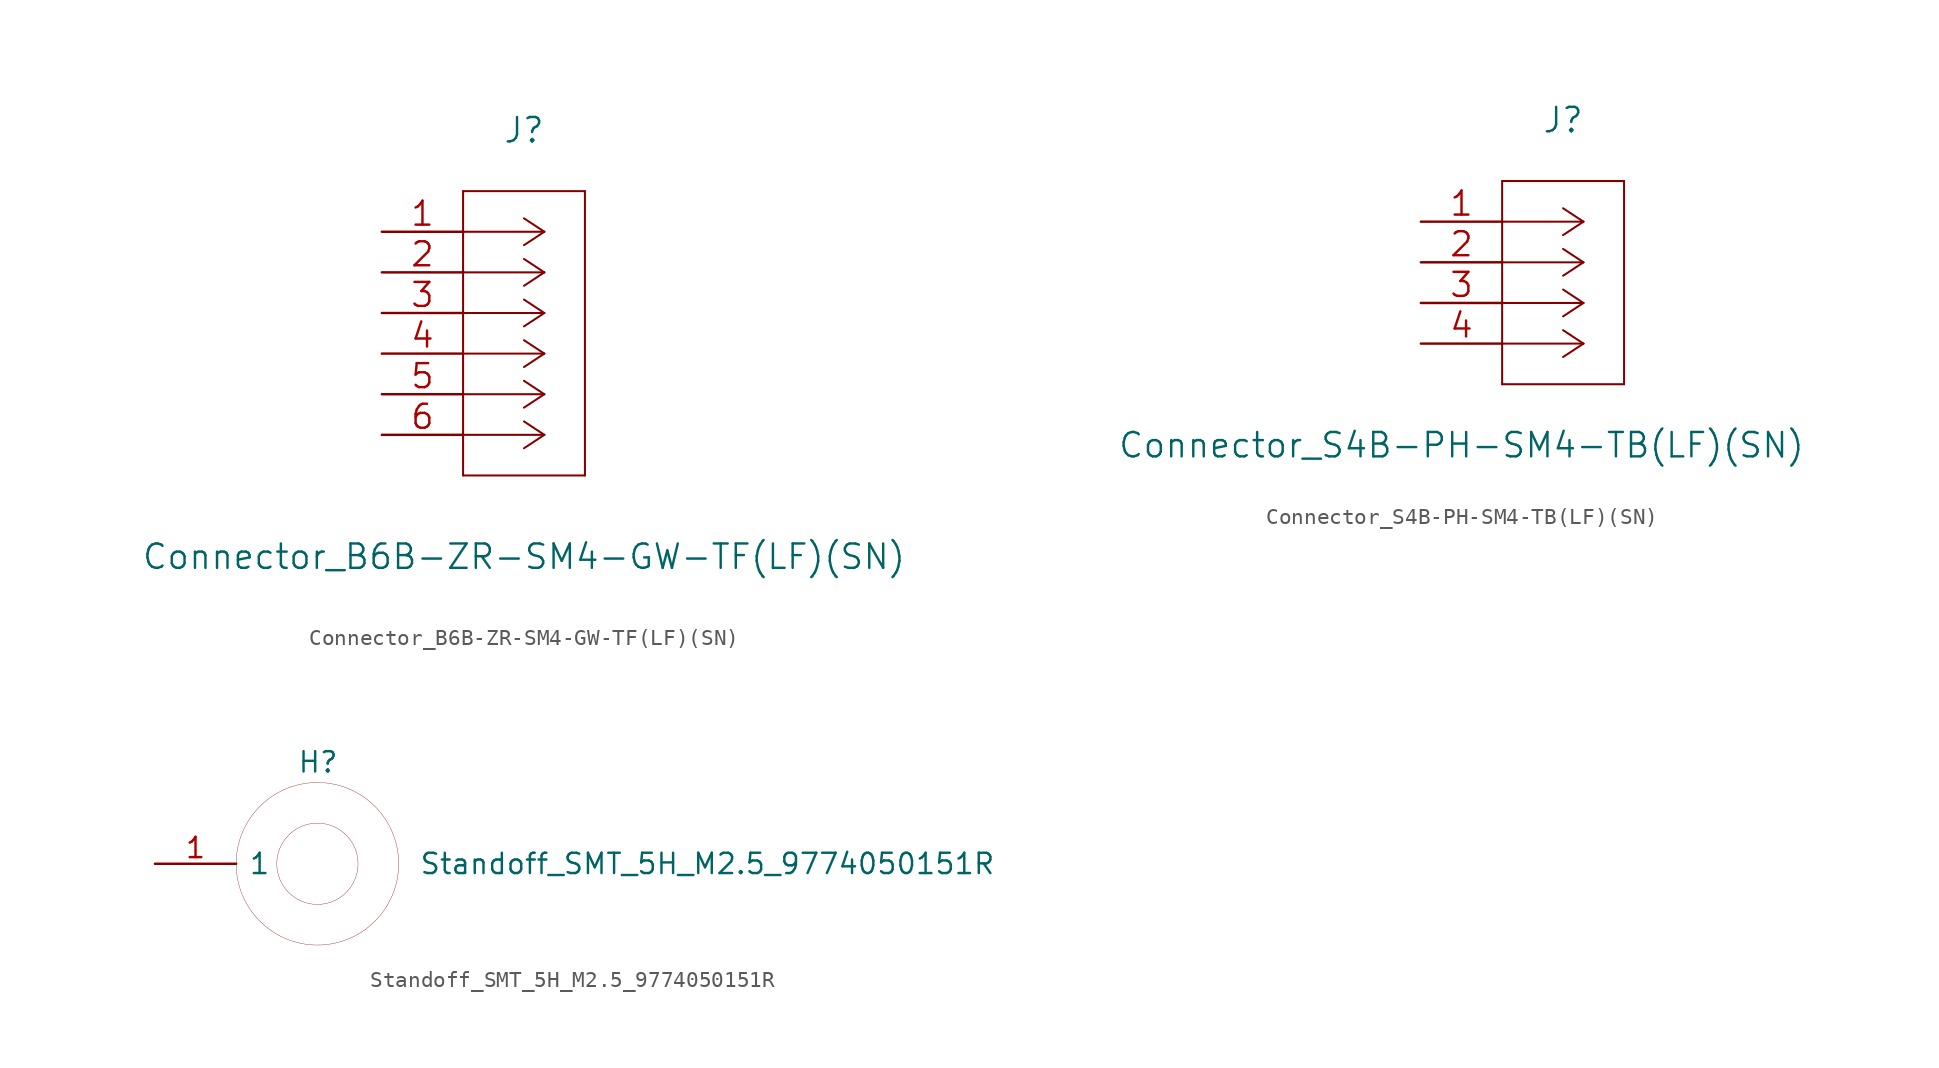
<source format=kicad_sym>
(kicad_symbol_lib
  (version 20220914)
  (generator kicad_symbol_editor)
  (symbol "Connector_B6B-ZR-SM4-GW-TF(LF)(SN)"
    (pin_names
      (offset 0.254) hide)
    (property "Reference" "J"
      (at 8.89 6.35 0)
      (effects (font (size 1.524 1.524))))
    (property "Value" "Connector_B6B-ZR-SM4-GW-TF(LF)(SN)"
      (at 8.89 -20.32 0)
      (effects (font (size 1.524 1.524))))
    (property "Datasheet" ""
      (at 0 0 0)
      (effects (font (size 1.524 1.524))))
    (symbol "Connector_B6B-ZR-SM4-GW-TF(LF)(SN)_1_1"
      (polyline (pts (xy 5.08 -15.24) (xy 12.7 -15.24)) (stroke (width 0.127) (type default)) (fill (type none)))
      (polyline (pts (xy 5.08 2.54) (xy 5.08 -15.24)) (stroke (width 0.127) (type default)) (fill (type none)))
      (polyline (pts (xy 10.16 -12.7) (xy 5.08 -12.7)) (stroke (width 0.127) (type default)) (fill (type none)))
      (polyline (pts (xy 10.16 -12.7) (xy 8.89 -13.538)) (stroke (width 0.127) (type default)) (fill (type none)))
      (polyline (pts (xy 10.16 -12.7) (xy 8.89 -11.862)) (stroke (width 0.127) (type default)) (fill (type none)))
      (polyline (pts (xy 10.16 -10.16) (xy 5.08 -10.16)) (stroke (width 0.127) (type default)) (fill (type none)))
      (polyline (pts (xy 10.16 -10.16) (xy 8.89 -10.998)) (stroke (width 0.127) (type default)) (fill (type none)))
      (polyline (pts (xy 10.16 -10.16) (xy 8.89 -9.322)) (stroke (width 0.127) (type default)) (fill (type none)))
      (polyline (pts (xy 10.16 -7.62) (xy 5.08 -7.62)) (stroke (width 0.127) (type default)) (fill (type none)))
      (polyline (pts (xy 10.16 -7.62) (xy 8.89 -8.458)) (stroke (width 0.127) (type default)) (fill (type none)))
      (polyline (pts (xy 10.16 -7.62) (xy 8.89 -6.782)) (stroke (width 0.127) (type default)) (fill (type none)))
      (polyline (pts (xy 10.16 -5.08) (xy 5.08 -5.08)) (stroke (width 0.127) (type default)) (fill (type none)))
      (polyline (pts (xy 10.16 -5.08) (xy 8.89 -5.918)) (stroke (width 0.127) (type default)) (fill (type none)))
      (polyline (pts (xy 10.16 -5.08) (xy 8.89 -4.242)) (stroke (width 0.127) (type default)) (fill (type none)))
      (polyline (pts (xy 10.16 -2.54) (xy 5.08 -2.54)) (stroke (width 0.127) (type default)) (fill (type none)))
      (polyline (pts (xy 10.16 -2.54) (xy 8.89 -3.378)) (stroke (width 0.127) (type default)) (fill (type none)))
      (polyline (pts (xy 10.16 -2.54) (xy 8.89 -1.702)) (stroke (width 0.127) (type default)) (fill (type none)))
      (polyline (pts (xy 10.16 0) (xy 5.08 0)) (stroke (width 0.127) (type default)) (fill (type none)))
      (polyline (pts (xy 10.16 0) (xy 8.89 -0.838)) (stroke (width 0.127) (type default)) (fill (type none)))
      (polyline (pts (xy 10.16 0) (xy 8.89 0.838)) (stroke (width 0.127) (type default)) (fill (type none)))
      (polyline (pts (xy 12.7 -15.24) (xy 12.7 2.54)) (stroke (width 0.127) (type default)) (fill (type none)))
      (polyline (pts (xy 12.7 2.54) (xy 5.08 2.54)) (stroke (width 0.127) (type default)) (fill (type none)))
      (pin passive line (at 0 0 0) (length 5.08) (name "1" (effects (font (size 1.499 1.499)))) (number "1" (effects (font (size 1.499 1.499)))))
      (pin passive line (at 0 -2.54 0) (length 5.08) (name "2" (effects (font (size 1.499 1.499)))) (number "2" (effects (font (size 1.499 1.499)))))
      (pin passive line (at 0 -5.08 0) (length 5.08) (name "3" (effects (font (size 1.499 1.499)))) (number "3" (effects (font (size 1.499 1.499)))))
      (pin passive line (at 0 -7.62 0) (length 5.08) (name "4" (effects (font (size 1.499 1.499)))) (number "4" (effects (font (size 1.499 1.499)))))
      (pin passive line (at 0 -10.16 0) (length 5.08) (name "5" (effects (font (size 1.499 1.499)))) (number "5" (effects (font (size 1.499 1.499)))))
      (pin passive line (at 0 -12.7 0) (length 5.08) (name "6" (effects (font (size 1.499 1.499)))) (number "6" (effects (font (size 1.499 1.499)))))))
  (symbol "Connector_S4B-PH-SM4-TB(LF)(SN)"
    (pin_names
      (offset 0.254) hide)
    (property "Reference" "J"
      (at 8.89 6.35 0)
      (effects (font (size 1.524 1.524))))
    (property "Value" "Connector_S4B-PH-SM4-TB(LF)(SN)"
      (at 2.54 -13.97 0)
      (effects (font (size 1.524 1.524))))
    (property "Datasheet" ""
      (at 0 0 0)
      (effects (font (size 1.524 1.524))))
    (symbol "Connector_S4B-PH-SM4-TB(LF)(SN)_1_1"
      (polyline (pts (xy 5.08 -10.16) (xy 12.7 -10.16)) (stroke (width 0.127) (type default)) (fill (type none)))
      (polyline (pts (xy 5.08 2.54) (xy 5.08 -10.16)) (stroke (width 0.127) (type default)) (fill (type none)))
      (polyline (pts (xy 10.16 -7.62) (xy 5.08 -7.62)) (stroke (width 0.127) (type default)) (fill (type none)))
      (polyline (pts (xy 10.16 -7.62) (xy 8.89 -8.458)) (stroke (width 0.127) (type default)) (fill (type none)))
      (polyline (pts (xy 10.16 -7.62) (xy 8.89 -6.782)) (stroke (width 0.127) (type default)) (fill (type none)))
      (polyline (pts (xy 10.16 -5.08) (xy 5.08 -5.08)) (stroke (width 0.127) (type default)) (fill (type none)))
      (polyline (pts (xy 10.16 -5.08) (xy 8.89 -5.918)) (stroke (width 0.127) (type default)) (fill (type none)))
      (polyline (pts (xy 10.16 -5.08) (xy 8.89 -4.242)) (stroke (width 0.127) (type default)) (fill (type none)))
      (polyline (pts (xy 10.16 -2.54) (xy 5.08 -2.54)) (stroke (width 0.127) (type default)) (fill (type none)))
      (polyline (pts (xy 10.16 -2.54) (xy 8.89 -3.378)) (stroke (width 0.127) (type default)) (fill (type none)))
      (polyline (pts (xy 10.16 -2.54) (xy 8.89 -1.702)) (stroke (width 0.127) (type default)) (fill (type none)))
      (polyline (pts (xy 10.16 0) (xy 5.08 0)) (stroke (width 0.127) (type default)) (fill (type none)))
      (polyline (pts (xy 10.16 0) (xy 8.89 -0.838)) (stroke (width 0.127) (type default)) (fill (type none)))
      (polyline (pts (xy 10.16 0) (xy 8.89 0.838)) (stroke (width 0.127) (type default)) (fill (type none)))
      (polyline (pts (xy 12.7 -10.16) (xy 12.7 2.54)) (stroke (width 0.127) (type default)) (fill (type none)))
      (polyline (pts (xy 12.7 2.54) (xy 5.08 2.54)) (stroke (width 0.127) (type default)) (fill (type none)))
      (pin passive line (at 0 0 0) (length 5.08) (name "1" (effects (font (size 1.499 1.499)))) (number "1" (effects (font (size 1.499 1.499)))))
      (pin passive line (at 0 -2.54 0) (length 5.08) (name "2" (effects (font (size 1.499 1.499)))) (number "2" (effects (font (size 1.499 1.499)))))
      (pin passive line (at 0 -5.08 0) (length 5.08) (name "3" (effects (font (size 1.499 1.499)))) (number "3" (effects (font (size 1.499 1.499)))))
      (pin passive line (at 0 -7.62 0) (length 5.08) (name "4" (effects (font (size 1.499 1.499)))) (number "4" (effects (font (size 1.499 1.499)))))))
  (symbol "Standoff_SMT_5H_M2.5_9774050151R"
    (pin_names
      (offset 0.762))
    (property "Reference" "H"
      (at 3.81 6.35 0)
      (effects (font (size 1.27 1.27)) (justify left)))
    (property "Value" "Standoff_SMT_5H_M2.5_9774050151R"
      (at 11.43 0 0)
      (effects (font (size 1.27 1.27)) (justify left)))
    (symbol "Standoff_SMT_5H_M2.5_9774050151R_0_0"
      (pin passive line (at -5.08 0 0) (length 5.08) (name "1" (effects (font (size 1.27 1.27)))) (number "1" (effects (font (size 1.27 1.27))))))
    (symbol "Standoff_SMT_5H_M2.5_9774050151R_0_1"
      (circle (center 5.08 0) (radius 2.54) (stroke (width 0.001) (type default)) (fill (type none)))
      (circle (center 5.08 0) (radius 5.08) (stroke (width 0.001) (type default)) (fill (type none))))))
</source>
